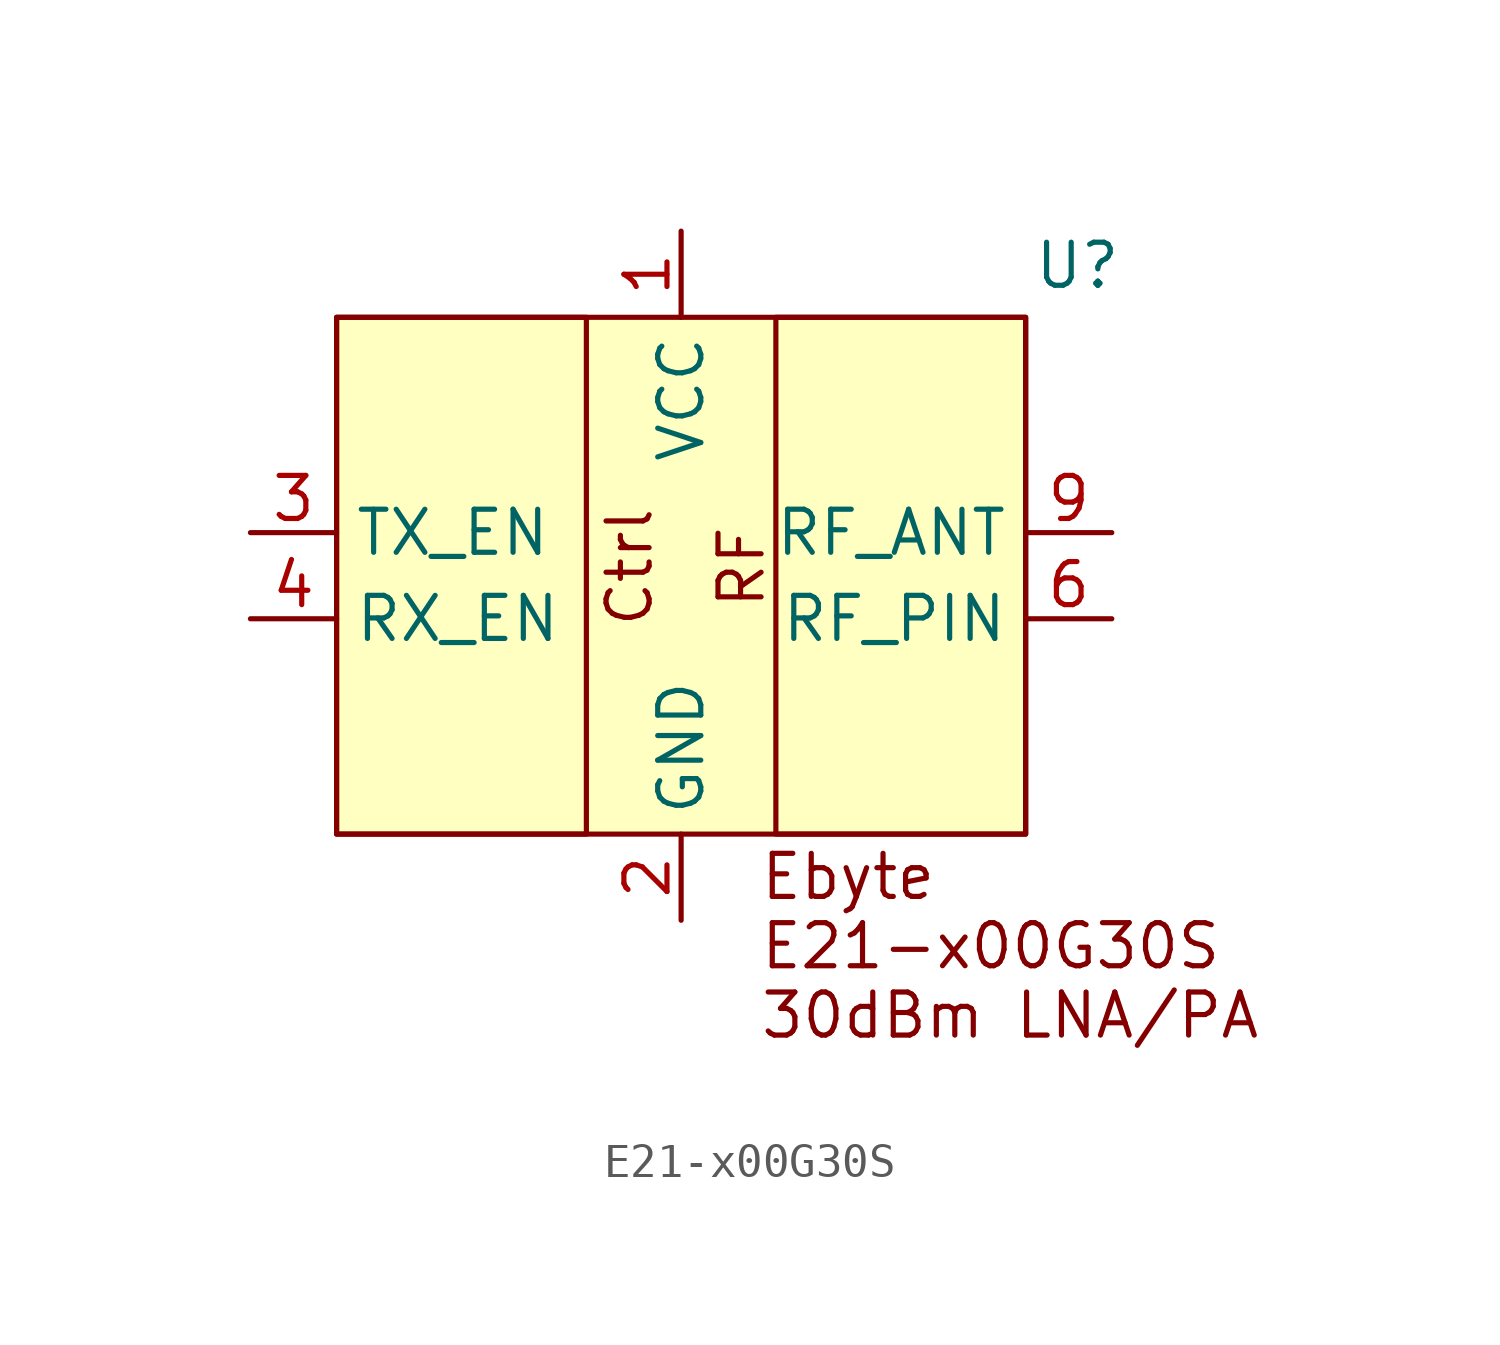
<source format=kicad_sym>
(kicad_symbol_lib
  (version 20231120)
  (generator "kicad_symbol_editor")
  (generator_version "8.0")
  (symbol "E21-x00G30S"
    (property "Reference" "U"
      (at 11.684 12.954 0)
      (effects (font (size 1.27 1.27))))
    (property "Value" ""
      (at 0 0 0)
      (effects (font (size 1.27 1.27))))
    (symbol "E21-x00G30S_1_1"
      (rectangle (start -10.16 11.43) (end -2.794 -3.81) (stroke (width 0) (type default)) (fill (type none)))
      (rectangle (start -10.16 11.43) (end 10.16 -3.81) (stroke (width 0) (type default)) (fill (type background)))
      (rectangle (start 2.794 11.43) (end 10.16 -3.81) (stroke (width 0) (type default)) (fill (type none)))
      (text "Ctrl" (at -1.524 4.064 900) (effects (font (size 1.27 1.27))))
      (text "Ebyte\nE21-x00G30S\n30dBm LNA/PA" (at 2.286 -7.112 0) (effects (font (size 1.27 1.27)) (justify left)))
      (text "RF" (at 1.778 4.064 900) (effects (font (size 1.27 1.27))))
      (pin power_in line (at 0 13.97 270) (length 2.54) (name "VCC" (effects (font (size 1.27 1.27)))) (number "1" (effects (font (size 1.27 1.27)))))
      (pin passive line (at 0 -6.35 90) (length 2.54) hide (name "GND" (effects (font (size 1.27 1.27)))) (number "10" (effects (font (size 1.27 1.27)))))
      (pin power_in line (at 0 -6.35 90) (length 2.54) (name "GND" (effects (font (size 1.27 1.27)))) (number "2" (effects (font (size 1.27 1.27)))))
      (pin input line (at -12.7 5.08 0) (length 2.54) (name "TX_EN" (effects (font (size 1.27 1.27)))) (number "3" (effects (font (size 1.27 1.27)))))
      (pin input line (at -12.7 2.54 0) (length 2.54) (name "RX_EN" (effects (font (size 1.27 1.27)))) (number "4" (effects (font (size 1.27 1.27)))))
      (pin passive line (at 0 -6.35 90) (length 2.54) hide (name "GND" (effects (font (size 1.27 1.27)))) (number "5" (effects (font (size 1.27 1.27)))))
      (pin bidirectional line (at 12.7 2.54 180) (length 2.54) (name "RF_PIN" (effects (font (size 1.27 1.27)))) (number "6" (effects (font (size 1.27 1.27)))))
      (pin passive line (at 0 -6.35 90) (length 2.54) hide (name "GND" (effects (font (size 1.27 1.27)))) (number "7" (effects (font (size 1.27 1.27)))))
      (pin passive line (at 0 -6.35 90) (length 2.54) hide (name "GND" (effects (font (size 1.27 1.27)))) (number "8" (effects (font (size 1.27 1.27)))))
      (pin bidirectional line (at 12.7 5.08 180) (length 2.54) (name "RF_ANT" (effects (font (size 1.27 1.27)))) (number "9" (effects (font (size 1.27 1.27))))))))
</source>
